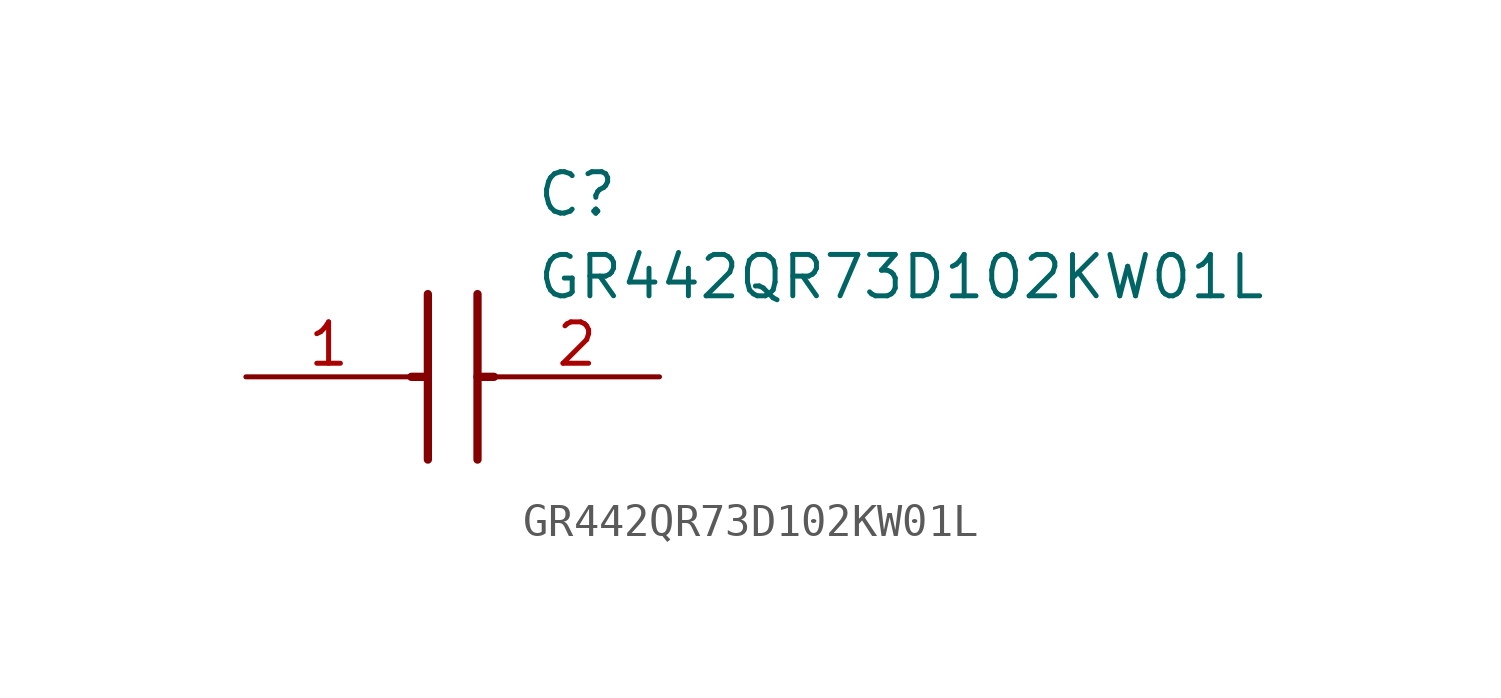
<source format=kicad_sym>
(kicad_symbol_lib
  (version 20211014)
  (generator SamacSys_ECAD_Model)
  (symbol "GR442QR73D102KW01L"
    (pin_names hide)
    (property "Reference" "C"
      (at 8.89 6.35 0)
      (effects (font (size 1.27 1.27)) (justify left top)))
    (property "Value" "GR442QR73D102KW01L"
      (at 8.89 3.81 0)
      (effects (font (size 1.27 1.27)) (justify left top)))
    (polyline
      (pts (xy 5.588 2.54) (xy 5.588 -2.54))
      (stroke (width 0.254) (type default))
      (fill (type none)))
    (polyline
      (pts (xy 7.112 2.54) (xy 7.112 -2.54))
      (stroke (width 0.254) (type default))
      (fill (type none)))
    (polyline
      (pts (xy 5.08 0) (xy 5.588 0))
      (stroke (width 0.254) (type default))
      (fill (type none)))
    (polyline
      (pts (xy 7.112 0) (xy 7.62 0))
      (stroke (width 0.254) (type default))
      (fill (type none)))
    (pin passive line
      (at 0 0 0)
      (length 5.08)
      (name "1" (effects (font (size 1.27 1.27))))
      (number "1" (effects (font (size 1.27 1.27)))))
    (pin passive line
      (at 12.7 0 180)
      (length 5.08)
      (name "2" (effects (font (size 1.27 1.27))))
      (number "2" (effects (font (size 1.27 1.27)))))))
</source>
